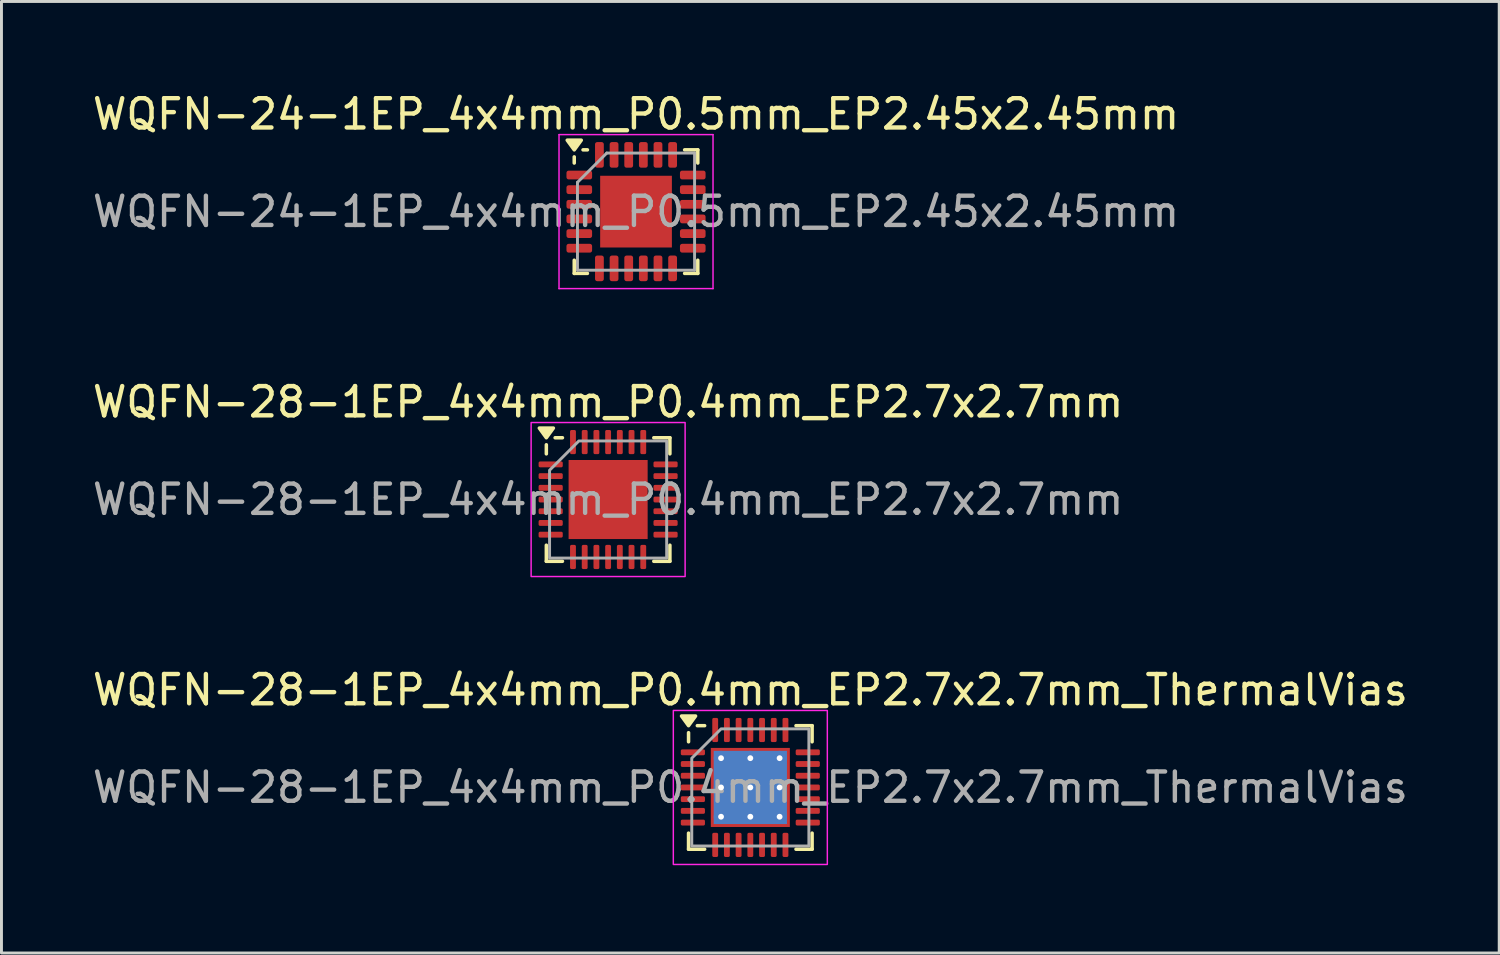
<source format=kicad_pcb>
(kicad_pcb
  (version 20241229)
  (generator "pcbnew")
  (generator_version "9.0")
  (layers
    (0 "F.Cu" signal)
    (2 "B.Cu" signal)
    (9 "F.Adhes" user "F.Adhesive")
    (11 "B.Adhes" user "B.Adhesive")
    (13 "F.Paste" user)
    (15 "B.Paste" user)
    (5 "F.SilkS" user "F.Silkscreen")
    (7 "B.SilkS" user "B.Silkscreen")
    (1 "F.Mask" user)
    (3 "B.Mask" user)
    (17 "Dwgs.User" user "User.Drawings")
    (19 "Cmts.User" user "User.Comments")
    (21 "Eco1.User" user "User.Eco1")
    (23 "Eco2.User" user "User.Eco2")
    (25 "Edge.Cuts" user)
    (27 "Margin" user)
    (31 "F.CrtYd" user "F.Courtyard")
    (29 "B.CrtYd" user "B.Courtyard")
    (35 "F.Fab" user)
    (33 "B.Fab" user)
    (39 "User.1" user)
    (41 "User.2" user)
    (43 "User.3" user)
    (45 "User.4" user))
  (footprint "WQFN-28-1EP_4x4mm_P0.4mm_EP2.7x2.7mm_ThermalVias"
    (layer "F.Cu")
    (at 22.577 23.845)
    (property "Reference" "WQFN-28-1EP_4x4mm_P0.4mm_EP2.7x2.7mm_ThermalVias" (at 0 -3.33 0) (layer "F.SilkS") (effects (font (size 1 1) (thickness 0.15))))
    (attr smd)
    (fp_line (start -2.11 -1.56) (end -2.11 -1.87) (stroke (width 0.12) (type solid)) (layer "F.SilkS"))
    (fp_line (start -2.11 2.11) (end -2.11 1.56) (stroke (width 0.12) (type solid)) (layer "F.SilkS"))
    (fp_line (start -1.56 -2.11) (end -1.81 -2.11) (stroke (width 0.12) (type solid)) (layer "F.SilkS"))
    (fp_line (start -1.56 2.11) (end -2.11 2.11) (stroke (width 0.12) (type solid)) (layer "F.SilkS"))
    (fp_line (start 1.56 -2.11) (end 2.11 -2.11) (stroke (width 0.12) (type solid)) (layer "F.SilkS"))
    (fp_line (start 1.56 2.11) (end 2.11 2.11) (stroke (width 0.12) (type solid)) (layer "F.SilkS"))
    (fp_line (start 2.11 -2.11) (end 2.11 -1.56) (stroke (width 0.12) (type solid)) (layer "F.SilkS"))
    (fp_line (start 2.11 2.11) (end 2.11 1.56) (stroke (width 0.12) (type solid)) (layer "F.SilkS"))
    (fp_poly (pts (xy -2.11 -2.11) (xy -2.35 -2.44) (xy -1.87 -2.44) (xy -2.11 -2.11)) (stroke (width 0.12) (type solid)) (fill yes) (layer "F.SilkS"))
    (fp_rect (start -2.63 -2.63) (end 2.63 2.63) (stroke (width 0.05) (type solid)) (fill no) (layer "F.CrtYd"))
    (fp_poly (pts (xy -2 -1) (xy -2 2) (xy 2 2) (xy 2 -2) (xy -1 -2)) (stroke (width 0.1) (type solid)) (fill no) (layer "F.Fab"))
    (fp_text user "${REFERENCE}" (at 0 0 0) (layer "F.Fab") (effects (font (size 1 1) (thickness 0.15))))
    (pad "" smd roundrect (at -0.675 -0.675) (size 1.09 1.09) (layers "F.Paste") (roundrect_rratio 0.229))
    (pad "" smd roundrect (at -0.675 0.675) (size 1.09 1.09) (layers "F.Paste") (roundrect_rratio 0.229))
    (pad "" smd roundrect (at 0.675 -0.675) (size 1.09 1.09) (layers "F.Paste") (roundrect_rratio 0.229))
    (pad "" smd roundrect (at 0.675 0.675) (size 1.09 1.09) (layers "F.Paste") (roundrect_rratio 0.229))
    (pad "1" smd roundrect (at -1.962 -1.2) (size 0.825 0.2) (layers "F.Cu" "F.Mask" "F.Paste") (roundrect_rratio 0.25))
    (pad "2" smd roundrect (at -1.962 -0.8) (size 0.825 0.2) (layers "F.Cu" "F.Mask" "F.Paste") (roundrect_rratio 0.25))
    (pad "3" smd roundrect (at -1.962 -0.4) (size 0.825 0.2) (layers "F.Cu" "F.Mask" "F.Paste") (roundrect_rratio 0.25))
    (pad "4" smd roundrect (at -1.962 0) (size 0.825 0.2) (layers "F.Cu" "F.Mask" "F.Paste") (roundrect_rratio 0.25))
    (pad "5" smd roundrect (at -1.962 0.4) (size 0.825 0.2) (layers "F.Cu" "F.Mask" "F.Paste") (roundrect_rratio 0.25))
    (pad "6" smd roundrect (at -1.962 0.8) (size 0.825 0.2) (layers "F.Cu" "F.Mask" "F.Paste") (roundrect_rratio 0.25))
    (pad "7" smd roundrect (at -1.962 1.2) (size 0.825 0.2) (layers "F.Cu" "F.Mask" "F.Paste") (roundrect_rratio 0.25))
    (pad "8" smd roundrect (at -1.2 1.962) (size 0.2 0.825) (layers "F.Cu" "F.Mask" "F.Paste") (roundrect_rratio 0.25))
    (pad "9" smd roundrect (at -0.8 1.962) (size 0.2 0.825) (layers "F.Cu" "F.Mask" "F.Paste") (roundrect_rratio 0.25))
    (pad "10" smd roundrect (at -0.4 1.962) (size 0.2 0.825) (layers "F.Cu" "F.Mask" "F.Paste") (roundrect_rratio 0.25))
    (pad "11" smd roundrect (at 0 1.962) (size 0.2 0.825) (layers "F.Cu" "F.Mask" "F.Paste") (roundrect_rratio 0.25))
    (pad "12" smd roundrect (at 0.4 1.962) (size 0.2 0.825) (layers "F.Cu" "F.Mask" "F.Paste") (roundrect_rratio 0.25))
    (pad "13" smd roundrect (at 0.8 1.962) (size 0.2 0.825) (layers "F.Cu" "F.Mask" "F.Paste") (roundrect_rratio 0.25))
    (pad "14" smd roundrect (at 1.2 1.962) (size 0.2 0.825) (layers "F.Cu" "F.Mask" "F.Paste") (roundrect_rratio 0.25))
    (pad "15" smd roundrect (at 1.962 1.2) (size 0.825 0.2) (layers "F.Cu" "F.Mask" "F.Paste") (roundrect_rratio 0.25))
    (pad "16" smd roundrect (at 1.962 0.8) (size 0.825 0.2) (layers "F.Cu" "F.Mask" "F.Paste") (roundrect_rratio 0.25))
    (pad "17" smd roundrect (at 1.962 0.4) (size 0.825 0.2) (layers "F.Cu" "F.Mask" "F.Paste") (roundrect_rratio 0.25))
    (pad "18" smd roundrect (at 1.962 0) (size 0.825 0.2) (layers "F.Cu" "F.Mask" "F.Paste") (roundrect_rratio 0.25))
    (pad "19" smd roundrect (at 1.962 -0.4) (size 0.825 0.2) (layers "F.Cu" "F.Mask" "F.Paste") (roundrect_rratio 0.25))
    (pad "20" smd roundrect (at 1.962 -0.8) (size 0.825 0.2) (layers "F.Cu" "F.Mask" "F.Paste") (roundrect_rratio 0.25))
    (pad "21" smd roundrect (at 1.962 -1.2) (size 0.825 0.2) (layers "F.Cu" "F.Mask" "F.Paste") (roundrect_rratio 0.25))
    (pad "22" smd roundrect (at 1.2 -1.962) (size 0.2 0.825) (layers "F.Cu" "F.Mask" "F.Paste") (roundrect_rratio 0.25))
    (pad "23" smd roundrect (at 0.8 -1.962) (size 0.2 0.825) (layers "F.Cu" "F.Mask" "F.Paste") (roundrect_rratio 0.25))
    (pad "24" smd roundrect (at 0.4 -1.962) (size 0.2 0.825) (layers "F.Cu" "F.Mask" "F.Paste") (roundrect_rratio 0.25))
    (pad "25" smd roundrect (at 0 -1.962) (size 0.2 0.825) (layers "F.Cu" "F.Mask" "F.Paste") (roundrect_rratio 0.25))
    (pad "26" smd roundrect (at -0.4 -1.962) (size 0.2 0.825) (layers "F.Cu" "F.Mask" "F.Paste") (roundrect_rratio 0.25))
    (pad "27" smd roundrect (at -0.8 -1.962) (size 0.2 0.825) (layers "F.Cu" "F.Mask" "F.Paste") (roundrect_rratio 0.25))
    (pad "28" smd roundrect (at -1.2 -1.962) (size 0.2 0.825) (layers "F.Cu" "F.Mask" "F.Paste") (roundrect_rratio 0.25))
    (pad "29" thru_hole circle (at -1 -1) (size 0.5 0.5) (drill 0.2) (property pad_prop_heatsink) (layers "*.Cu"))
    (pad "29" thru_hole circle (at -1 0) (size 0.5 0.5) (drill 0.2) (property pad_prop_heatsink) (layers "*.Cu"))
    (pad "29" thru_hole circle (at -1 1) (size 0.5 0.5) (drill 0.2) (property pad_prop_heatsink) (layers "*.Cu"))
    (pad "29" thru_hole circle (at 0 -1) (size 0.5 0.5) (drill 0.2) (property pad_prop_heatsink) (layers "*.Cu"))
    (pad "29" thru_hole circle (at 0 0) (size 0.5 0.5) (drill 0.2) (property pad_prop_heatsink) (layers "*.Cu"))
    (pad "29" smd rect (at 0 0) (size 2.5 2.5) (property pad_prop_heatsink) (layers "B.Cu"))
    (pad "29" smd rect (at 0 0) (size 2.7 2.7) (property pad_prop_heatsink) (layers "F.Cu" "F.Mask"))
    (pad "29" thru_hole circle (at 0 1) (size 0.5 0.5) (drill 0.2) (property pad_prop_heatsink) (layers "*.Cu"))
    (pad "29" thru_hole circle (at 1 -1) (size 0.5 0.5) (drill 0.2) (property pad_prop_heatsink) (layers "*.Cu"))
    (pad "29" thru_hole circle (at 1 0) (size 0.5 0.5) (drill 0.2) (property pad_prop_heatsink) (layers "*.Cu"))
    (pad "29" thru_hole circle (at 1 1) (size 0.5 0.5) (drill 0.2) (property pad_prop_heatsink) (layers "*.Cu")))
  (footprint "WQFN-28-1EP_4x4mm_P0.4mm_EP2.7x2.7mm"
    (layer "F.Cu")
    (at 17.72 14.011)
    (property "Reference" "WQFN-28-1EP_4x4mm_P0.4mm_EP2.7x2.7mm" (at 0 -3.33 0) (layer "F.SilkS") (effects (font (size 1 1) (thickness 0.15))))
    (attr smd)
    (fp_line (start -2.11 -1.56) (end -2.11 -1.87) (stroke (width 0.12) (type solid)) (layer "F.SilkS"))
    (fp_line (start -2.11 2.11) (end -2.11 1.56) (stroke (width 0.12) (type solid)) (layer "F.SilkS"))
    (fp_line (start -1.56 -2.11) (end -1.81 -2.11) (stroke (width 0.12) (type solid)) (layer "F.SilkS"))
    (fp_line (start -1.56 2.11) (end -2.11 2.11) (stroke (width 0.12) (type solid)) (layer "F.SilkS"))
    (fp_line (start 1.56 -2.11) (end 2.11 -2.11) (stroke (width 0.12) (type solid)) (layer "F.SilkS"))
    (fp_line (start 1.56 2.11) (end 2.11 2.11) (stroke (width 0.12) (type solid)) (layer "F.SilkS"))
    (fp_line (start 2.11 -2.11) (end 2.11 -1.56) (stroke (width 0.12) (type solid)) (layer "F.SilkS"))
    (fp_line (start 2.11 2.11) (end 2.11 1.56) (stroke (width 0.12) (type solid)) (layer "F.SilkS"))
    (fp_poly (pts (xy -2.11 -2.11) (xy -2.35 -2.44) (xy -1.87 -2.44) (xy -2.11 -2.11)) (stroke (width 0.12) (type solid)) (fill yes) (layer "F.SilkS"))
    (fp_rect (start -2.63 -2.63) (end 2.63 2.63) (stroke (width 0.05) (type solid)) (fill no) (layer "F.CrtYd"))
    (fp_poly (pts (xy -2 -1) (xy -2 2) (xy 2 2) (xy 2 -2) (xy -1 -2)) (stroke (width 0.1) (type solid)) (fill no) (layer "F.Fab"))
    (fp_text user "${REFERENCE}" (at 0 0 0) (layer "F.Fab") (effects (font (size 1 1) (thickness 0.15))))
    (pad "" smd roundrect (at -0.675 -0.675) (size 1.09 1.09) (layers "F.Paste") (roundrect_rratio 0.229))
    (pad "" smd roundrect (at -0.675 0.675) (size 1.09 1.09) (layers "F.Paste") (roundrect_rratio 0.229))
    (pad "" smd roundrect (at 0.675 -0.675) (size 1.09 1.09) (layers "F.Paste") (roundrect_rratio 0.229))
    (pad "" smd roundrect (at 0.675 0.675) (size 1.09 1.09) (layers "F.Paste") (roundrect_rratio 0.229))
    (pad "1" smd roundrect (at -1.962 -1.2) (size 0.825 0.2) (layers "F.Cu" "F.Mask" "F.Paste") (roundrect_rratio 0.25))
    (pad "2" smd roundrect (at -1.962 -0.8) (size 0.825 0.2) (layers "F.Cu" "F.Mask" "F.Paste") (roundrect_rratio 0.25))
    (pad "3" smd roundrect (at -1.962 -0.4) (size 0.825 0.2) (layers "F.Cu" "F.Mask" "F.Paste") (roundrect_rratio 0.25))
    (pad "4" smd roundrect (at -1.962 0) (size 0.825 0.2) (layers "F.Cu" "F.Mask" "F.Paste") (roundrect_rratio 0.25))
    (pad "5" smd roundrect (at -1.962 0.4) (size 0.825 0.2) (layers "F.Cu" "F.Mask" "F.Paste") (roundrect_rratio 0.25))
    (pad "6" smd roundrect (at -1.962 0.8) (size 0.825 0.2) (layers "F.Cu" "F.Mask" "F.Paste") (roundrect_rratio 0.25))
    (pad "7" smd roundrect (at -1.962 1.2) (size 0.825 0.2) (layers "F.Cu" "F.Mask" "F.Paste") (roundrect_rratio 0.25))
    (pad "8" smd roundrect (at -1.2 1.962) (size 0.2 0.825) (layers "F.Cu" "F.Mask" "F.Paste") (roundrect_rratio 0.25))
    (pad "9" smd roundrect (at -0.8 1.962) (size 0.2 0.825) (layers "F.Cu" "F.Mask" "F.Paste") (roundrect_rratio 0.25))
    (pad "10" smd roundrect (at -0.4 1.962) (size 0.2 0.825) (layers "F.Cu" "F.Mask" "F.Paste") (roundrect_rratio 0.25))
    (pad "11" smd roundrect (at 0 1.962) (size 0.2 0.825) (layers "F.Cu" "F.Mask" "F.Paste") (roundrect_rratio 0.25))
    (pad "12" smd roundrect (at 0.4 1.962) (size 0.2 0.825) (layers "F.Cu" "F.Mask" "F.Paste") (roundrect_rratio 0.25))
    (pad "13" smd roundrect (at 0.8 1.962) (size 0.2 0.825) (layers "F.Cu" "F.Mask" "F.Paste") (roundrect_rratio 0.25))
    (pad "14" smd roundrect (at 1.2 1.962) (size 0.2 0.825) (layers "F.Cu" "F.Mask" "F.Paste") (roundrect_rratio 0.25))
    (pad "15" smd roundrect (at 1.962 1.2) (size 0.825 0.2) (layers "F.Cu" "F.Mask" "F.Paste") (roundrect_rratio 0.25))
    (pad "16" smd roundrect (at 1.962 0.8) (size 0.825 0.2) (layers "F.Cu" "F.Mask" "F.Paste") (roundrect_rratio 0.25))
    (pad "17" smd roundrect (at 1.962 0.4) (size 0.825 0.2) (layers "F.Cu" "F.Mask" "F.Paste") (roundrect_rratio 0.25))
    (pad "18" smd roundrect (at 1.962 0) (size 0.825 0.2) (layers "F.Cu" "F.Mask" "F.Paste") (roundrect_rratio 0.25))
    (pad "19" smd roundrect (at 1.962 -0.4) (size 0.825 0.2) (layers "F.Cu" "F.Mask" "F.Paste") (roundrect_rratio 0.25))
    (pad "20" smd roundrect (at 1.962 -0.8) (size 0.825 0.2) (layers "F.Cu" "F.Mask" "F.Paste") (roundrect_rratio 0.25))
    (pad "21" smd roundrect (at 1.962 -1.2) (size 0.825 0.2) (layers "F.Cu" "F.Mask" "F.Paste") (roundrect_rratio 0.25))
    (pad "22" smd roundrect (at 1.2 -1.962) (size 0.2 0.825) (layers "F.Cu" "F.Mask" "F.Paste") (roundrect_rratio 0.25))
    (pad "23" smd roundrect (at 0.8 -1.962) (size 0.2 0.825) (layers "F.Cu" "F.Mask" "F.Paste") (roundrect_rratio 0.25))
    (pad "24" smd roundrect (at 0.4 -1.962) (size 0.2 0.825) (layers "F.Cu" "F.Mask" "F.Paste") (roundrect_rratio 0.25))
    (pad "25" smd roundrect (at 0 -1.962) (size 0.2 0.825) (layers "F.Cu" "F.Mask" "F.Paste") (roundrect_rratio 0.25))
    (pad "26" smd roundrect (at -0.4 -1.962) (size 0.2 0.825) (layers "F.Cu" "F.Mask" "F.Paste") (roundrect_rratio 0.25))
    (pad "27" smd roundrect (at -0.8 -1.962) (size 0.2 0.825) (layers "F.Cu" "F.Mask" "F.Paste") (roundrect_rratio 0.25))
    (pad "28" smd roundrect (at -1.2 -1.962) (size 0.2 0.825) (layers "F.Cu" "F.Mask" "F.Paste") (roundrect_rratio 0.25))
    (pad "29" smd rect (at 0 0) (size 2.7 2.7) (property pad_prop_heatsink) (layers "F.Cu" "F.Mask")))
  (footprint "WQFN-24-1EP_4x4mm_P0.5mm_EP2.45x2.45mm"
    (layer "F.Cu")
    (at 18.673 4.178)
    (property "Reference" "WQFN-24-1EP_4x4mm_P0.5mm_EP2.45x2.45mm" (at 0 -3.33 0) (layer "F.SilkS") (effects (font (size 1 1) (thickness 0.15))))
    (attr smd)
    (fp_line (start -2.11 -1.66) (end -2.11 -1.87) (stroke (width 0.12) (type solid)) (layer "F.SilkS"))
    (fp_line (start -2.11 2.11) (end -2.11 1.66) (stroke (width 0.12) (type solid)) (layer "F.SilkS"))
    (fp_line (start -1.66 -2.11) (end -1.81 -2.11) (stroke (width 0.12) (type solid)) (layer "F.SilkS"))
    (fp_line (start -1.66 2.11) (end -2.11 2.11) (stroke (width 0.12) (type solid)) (layer "F.SilkS"))
    (fp_line (start 1.66 -2.11) (end 2.11 -2.11) (stroke (width 0.12) (type solid)) (layer "F.SilkS"))
    (fp_line (start 1.66 2.11) (end 2.11 2.11) (stroke (width 0.12) (type solid)) (layer "F.SilkS"))
    (fp_line (start 2.11 -2.11) (end 2.11 -1.66) (stroke (width 0.12) (type solid)) (layer "F.SilkS"))
    (fp_line (start 2.11 2.11) (end 2.11 1.66) (stroke (width 0.12) (type solid)) (layer "F.SilkS"))
    (fp_poly (pts (xy -2.11 -2.11) (xy -2.35 -2.44) (xy -1.87 -2.44) (xy -2.11 -2.11)) (stroke (width 0.12) (type solid)) (fill yes) (layer "F.SilkS"))
    (fp_line (start -2.63 -2.63) (end -2.63 2.63) (stroke (width 0.05) (type solid)) (layer "F.CrtYd"))
    (fp_line (start -2.63 2.63) (end 2.63 2.63) (stroke (width 0.05) (type solid)) (layer "F.CrtYd"))
    (fp_line (start 2.63 -2.63) (end -2.63 -2.63) (stroke (width 0.05) (type solid)) (layer "F.CrtYd"))
    (fp_line (start 2.63 2.63) (end 2.63 -2.63) (stroke (width 0.05) (type solid)) (layer "F.CrtYd"))
    (fp_line (start -2 -1) (end -1 -2) (stroke (width 0.1) (type solid)) (layer "F.Fab"))
    (fp_line (start -2 2) (end -2 -1) (stroke (width 0.1) (type solid)) (layer "F.Fab"))
    (fp_line (start -1 -2) (end 2 -2) (stroke (width 0.1) (type solid)) (layer "F.Fab"))
    (fp_line (start 2 -2) (end 2 2) (stroke (width 0.1) (type solid)) (layer "F.Fab"))
    (fp_line (start 2 2) (end -2 2) (stroke (width 0.1) (type solid)) (layer "F.Fab"))
    (fp_text user "${REFERENCE}" (at 0 0 0) (layer "F.Fab") (effects (font (size 1 1) (thickness 0.15))))
    (pad "" smd roundrect (at -0.61 -0.61) (size 0.99 0.99) (layers "F.Paste") (roundrect_rratio 0.25))
    (pad "" smd roundrect (at -0.61 0.61) (size 0.99 0.99) (layers "F.Paste") (roundrect_rratio 0.25))
    (pad "" smd roundrect (at 0.61 -0.61) (size 0.99 0.99) (layers "F.Paste") (roundrect_rratio 0.25))
    (pad "" smd roundrect (at 0.61 0.61) (size 0.99 0.99) (layers "F.Paste") (roundrect_rratio 0.25))
    (pad "1" smd roundrect (at -1.938 -1.25) (size 0.875 0.3) (layers "F.Cu" "F.Mask" "F.Paste") (roundrect_rratio 0.25))
    (pad "2" smd roundrect (at -1.938 -0.75) (size 0.875 0.3) (layers "F.Cu" "F.Mask" "F.Paste") (roundrect_rratio 0.25))
    (pad "3" smd roundrect (at -1.938 -0.25) (size 0.875 0.3) (layers "F.Cu" "F.Mask" "F.Paste") (roundrect_rratio 0.25))
    (pad "4" smd roundrect (at -1.938 0.25) (size 0.875 0.3) (layers "F.Cu" "F.Mask" "F.Paste") (roundrect_rratio 0.25))
    (pad "5" smd roundrect (at -1.938 0.75) (size 0.875 0.3) (layers "F.Cu" "F.Mask" "F.Paste") (roundrect_rratio 0.25))
    (pad "6" smd roundrect (at -1.938 1.25) (size 0.875 0.3) (layers "F.Cu" "F.Mask" "F.Paste") (roundrect_rratio 0.25))
    (pad "7" smd roundrect (at -1.25 1.938) (size 0.3 0.875) (layers "F.Cu" "F.Mask" "F.Paste") (roundrect_rratio 0.25))
    (pad "8" smd roundrect (at -0.75 1.938) (size 0.3 0.875) (layers "F.Cu" "F.Mask" "F.Paste") (roundrect_rratio 0.25))
    (pad "9" smd roundrect (at -0.25 1.938) (size 0.3 0.875) (layers "F.Cu" "F.Mask" "F.Paste") (roundrect_rratio 0.25))
    (pad "10" smd roundrect (at 0.25 1.938) (size 0.3 0.875) (layers "F.Cu" "F.Mask" "F.Paste") (roundrect_rratio 0.25))
    (pad "11" smd roundrect (at 0.75 1.938) (size 0.3 0.875) (layers "F.Cu" "F.Mask" "F.Paste") (roundrect_rratio 0.25))
    (pad "12" smd roundrect (at 1.25 1.938) (size 0.3 0.875) (layers "F.Cu" "F.Mask" "F.Paste") (roundrect_rratio 0.25))
    (pad "13" smd roundrect (at 1.938 1.25) (size 0.875 0.3) (layers "F.Cu" "F.Mask" "F.Paste") (roundrect_rratio 0.25))
    (pad "14" smd roundrect (at 1.938 0.75) (size 0.875 0.3) (layers "F.Cu" "F.Mask" "F.Paste") (roundrect_rratio 0.25))
    (pad "15" smd roundrect (at 1.938 0.25) (size 0.875 0.3) (layers "F.Cu" "F.Mask" "F.Paste") (roundrect_rratio 0.25))
    (pad "16" smd roundrect (at 1.938 -0.25) (size 0.875 0.3) (layers "F.Cu" "F.Mask" "F.Paste") (roundrect_rratio 0.25))
    (pad "17" smd roundrect (at 1.938 -0.75) (size 0.875 0.3) (layers "F.Cu" "F.Mask" "F.Paste") (roundrect_rratio 0.25))
    (pad "18" smd roundrect (at 1.938 -1.25) (size 0.875 0.3) (layers "F.Cu" "F.Mask" "F.Paste") (roundrect_rratio 0.25))
    (pad "19" smd roundrect (at 1.25 -1.938) (size 0.3 0.875) (layers "F.Cu" "F.Mask" "F.Paste") (roundrect_rratio 0.25))
    (pad "20" smd roundrect (at 0.75 -1.938) (size 0.3 0.875) (layers "F.Cu" "F.Mask" "F.Paste") (roundrect_rratio 0.25))
    (pad "21" smd roundrect (at 0.25 -1.938) (size 0.3 0.875) (layers "F.Cu" "F.Mask" "F.Paste") (roundrect_rratio 0.25))
    (pad "22" smd roundrect (at -0.25 -1.938) (size 0.3 0.875) (layers "F.Cu" "F.Mask" "F.Paste") (roundrect_rratio 0.25))
    (pad "23" smd roundrect (at -0.75 -1.938) (size 0.3 0.875) (layers "F.Cu" "F.Mask" "F.Paste") (roundrect_rratio 0.25))
    (pad "24" smd roundrect (at -1.25 -1.938) (size 0.3 0.875) (layers "F.Cu" "F.Mask" "F.Paste") (roundrect_rratio 0.25))
    (pad "25" smd rect (at 0 0) (size 2.45 2.45) (property pad_prop_heatsink) (layers "F.Cu" "F.Mask")))
  (gr_rect
    (start -3 -3)
    (end 48.155 29.5)
    (stroke (width 0.1) (type default))
    (fill no)
    (layer "Edge.Cuts")))
</source>
